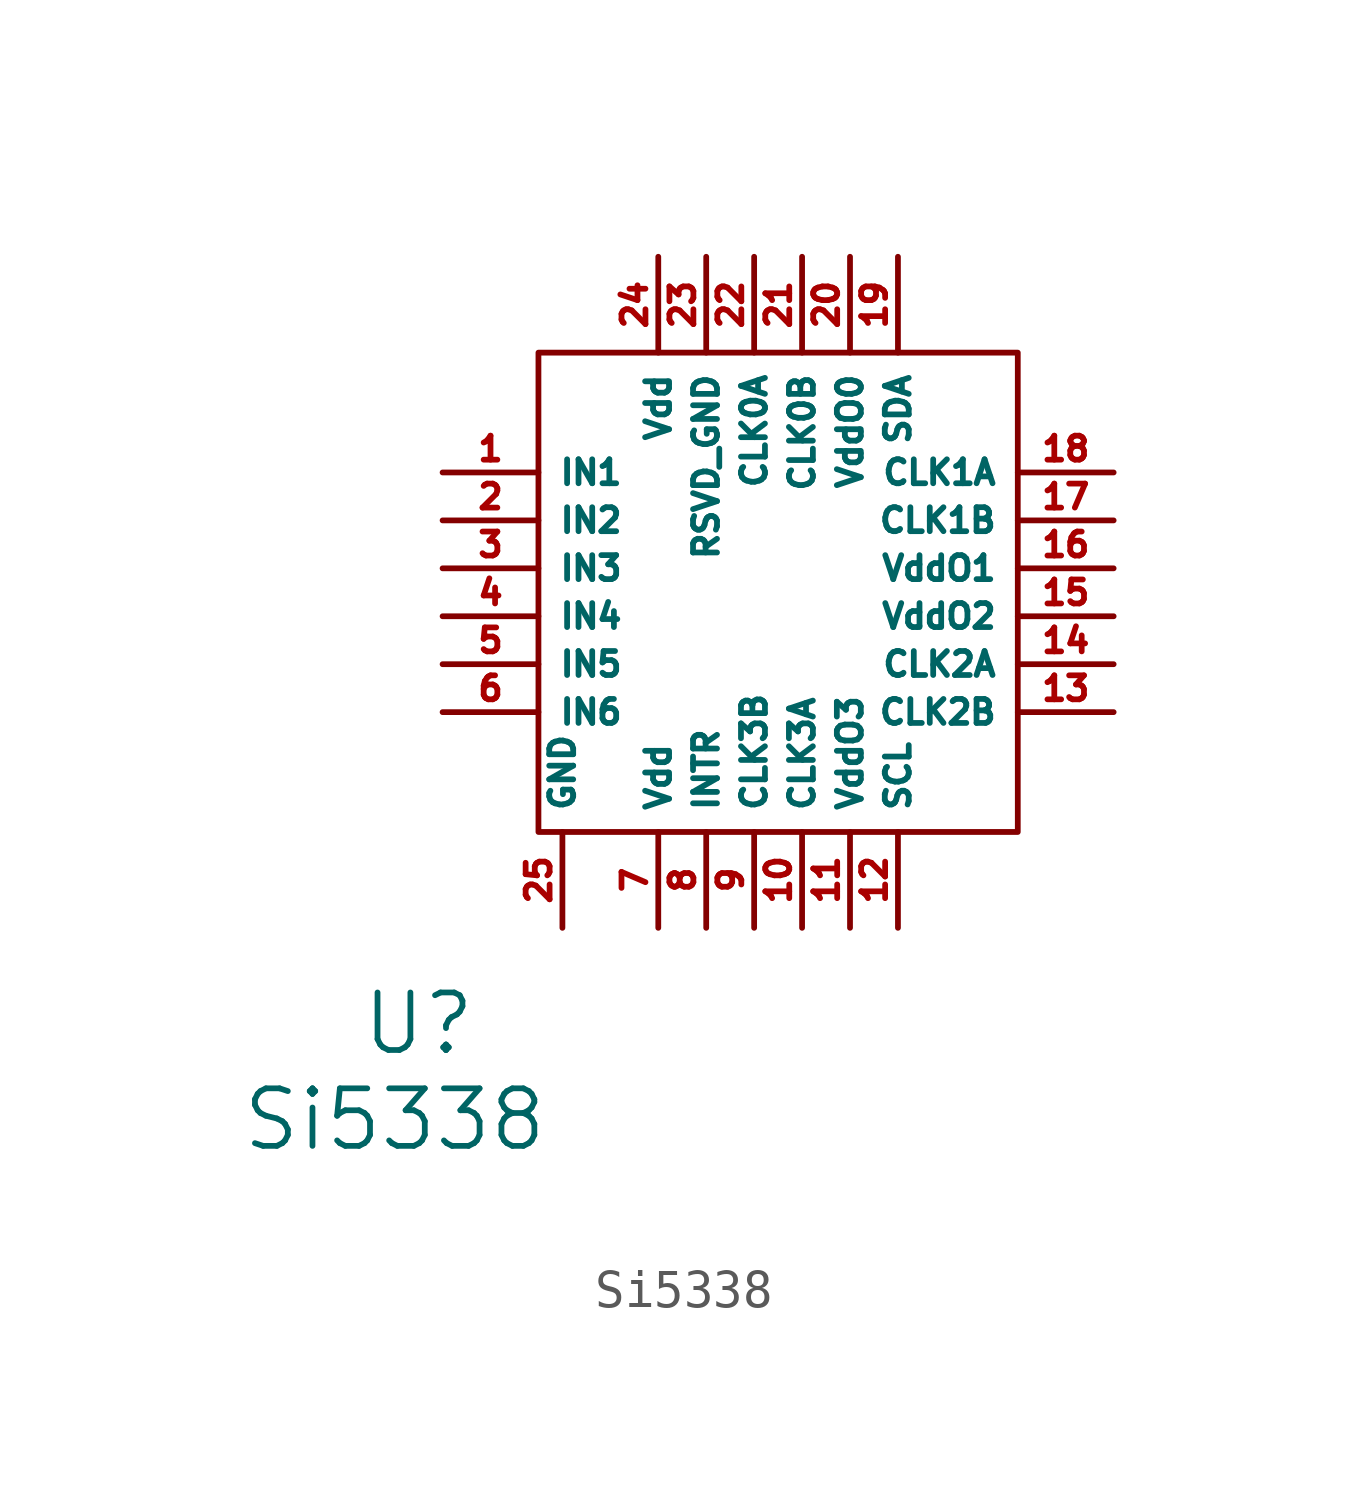
<source format=kicad_sym>
(kicad_symbol_lib
  (version 20211014)
  (generator kicad_symbol_editor)
  (symbol "Si5338"
    (property "Reference" "U"
      (at -9.525 -5.715 0)
      (effects (font (size 1.524 1.524))))
    (property "Value" "Si5338"
      (at -10.16 -8.255 0)
      (effects (font (size 1.524 1.524))))
    (property "Footprint" ""
      (at 0 0 0)
      (effects (font (size 1.524 1.524))))
    (property "Datasheet" ""
      (at 0 0 0)
      (effects (font (size 1.524 1.524))))
    (symbol "Si5338_0_1"
      (rectangle (start -6.35 12.065) (end 6.35 -0.635) (stroke (width 0) (type default) (color 0 0 0 0)) (fill (type none))))
    (symbol "Si5338_1_1"
      (pin input line (at -8.89 8.89 0) (length 2.54) (name "IN1" (effects (font (size 0.635 0.635)))) (number "1" (effects (font (size 0.635 0.635)))))
      (pin output line (at 0.635 -3.175 90) (length 2.54) (name "CLK3A" (effects (font (size 0.635 0.635)))) (number "10" (effects (font (size 0.635 0.635)))))
      (pin power_in line (at 1.905 -3.175 90) (length 2.54) (name "VddO3" (effects (font (size 0.635 0.635)))) (number "11" (effects (font (size 0.635 0.635)))))
      (pin input line (at 3.175 -3.175 90) (length 2.54) (name "SCL" (effects (font (size 0.635 0.635)))) (number "12" (effects (font (size 0.635 0.635)))))
      (pin output line (at 8.89 2.54 180) (length 2.54) (name "CLK2B" (effects (font (size 0.635 0.635)))) (number "13" (effects (font (size 0.635 0.635)))))
      (pin output line (at 8.89 3.81 180) (length 2.54) (name "CLK2A" (effects (font (size 0.635 0.635)))) (number "14" (effects (font (size 0.635 0.635)))))
      (pin power_in line (at 8.89 5.08 180) (length 2.54) (name "VddO2" (effects (font (size 0.635 0.635)))) (number "15" (effects (font (size 0.635 0.635)))))
      (pin power_in line (at 8.89 6.35 180) (length 2.54) (name "VddO1" (effects (font (size 0.635 0.635)))) (number "16" (effects (font (size 0.635 0.635)))))
      (pin output line (at 8.89 7.62 180) (length 2.54) (name "CLK1B" (effects (font (size 0.635 0.635)))) (number "17" (effects (font (size 0.635 0.635)))))
      (pin output line (at 8.89 8.89 180) (length 2.54) (name "CLK1A" (effects (font (size 0.635 0.635)))) (number "18" (effects (font (size 0.635 0.635)))))
      (pin bidirectional line (at 3.175 14.605 270) (length 2.54) (name "SDA" (effects (font (size 0.635 0.635)))) (number "19" (effects (font (size 0.635 0.635)))))
      (pin input line (at -8.89 7.62 0) (length 2.54) (name "IN2" (effects (font (size 0.635 0.635)))) (number "2" (effects (font (size 0.635 0.635)))))
      (pin power_in line (at 1.905 14.605 270) (length 2.54) (name "VddO0" (effects (font (size 0.635 0.635)))) (number "20" (effects (font (size 0.635 0.635)))))
      (pin output line (at 0.635 14.605 270) (length 2.54) (name "CLK0B" (effects (font (size 0.635 0.635)))) (number "21" (effects (font (size 0.635 0.635)))))
      (pin output line (at -0.635 14.605 270) (length 2.54) (name "CLK0A" (effects (font (size 0.635 0.635)))) (number "22" (effects (font (size 0.635 0.635)))))
      (pin unspecified line (at -1.905 14.605 270) (length 2.54) (name "RSVD_GND" (effects (font (size 0.635 0.635)))) (number "23" (effects (font (size 0.635 0.635)))))
      (pin power_in line (at -3.175 14.605 270) (length 2.54) (name "Vdd" (effects (font (size 0.635 0.635)))) (number "24" (effects (font (size 0.635 0.635)))))
      (pin power_in line (at -5.715 -3.175 90) (length 2.54) (name "GND" (effects (font (size 0.635 0.635)))) (number "25" (effects (font (size 0.635 0.635)))))
      (pin input line (at -8.89 6.35 0) (length 2.54) (name "IN3" (effects (font (size 0.635 0.635)))) (number "3" (effects (font (size 0.635 0.635)))))
      (pin input line (at -8.89 5.08 0) (length 2.54) (name "IN4" (effects (font (size 0.635 0.635)))) (number "4" (effects (font (size 0.635 0.635)))))
      (pin input line (at -8.89 3.81 0) (length 2.54) (name "IN5" (effects (font (size 0.635 0.635)))) (number "5" (effects (font (size 0.635 0.635)))))
      (pin input line (at -8.89 2.54 0) (length 2.54) (name "IN6" (effects (font (size 0.635 0.635)))) (number "6" (effects (font (size 0.635 0.635)))))
      (pin power_in line (at -3.175 -3.175 90) (length 2.54) (name "Vdd" (effects (font (size 0.635 0.635)))) (number "7" (effects (font (size 0.635 0.635)))))
      (pin open_collector line (at -1.905 -3.175 90) (length 2.54) (name "INTR" (effects (font (size 0.635 0.635)))) (number "8" (effects (font (size 0.635 0.635)))))
      (pin output line (at -0.635 -3.175 90) (length 2.54) (name "CLK3B" (effects (font (size 0.635 0.635)))) (number "9" (effects (font (size 0.635 0.635))))))))
</source>
